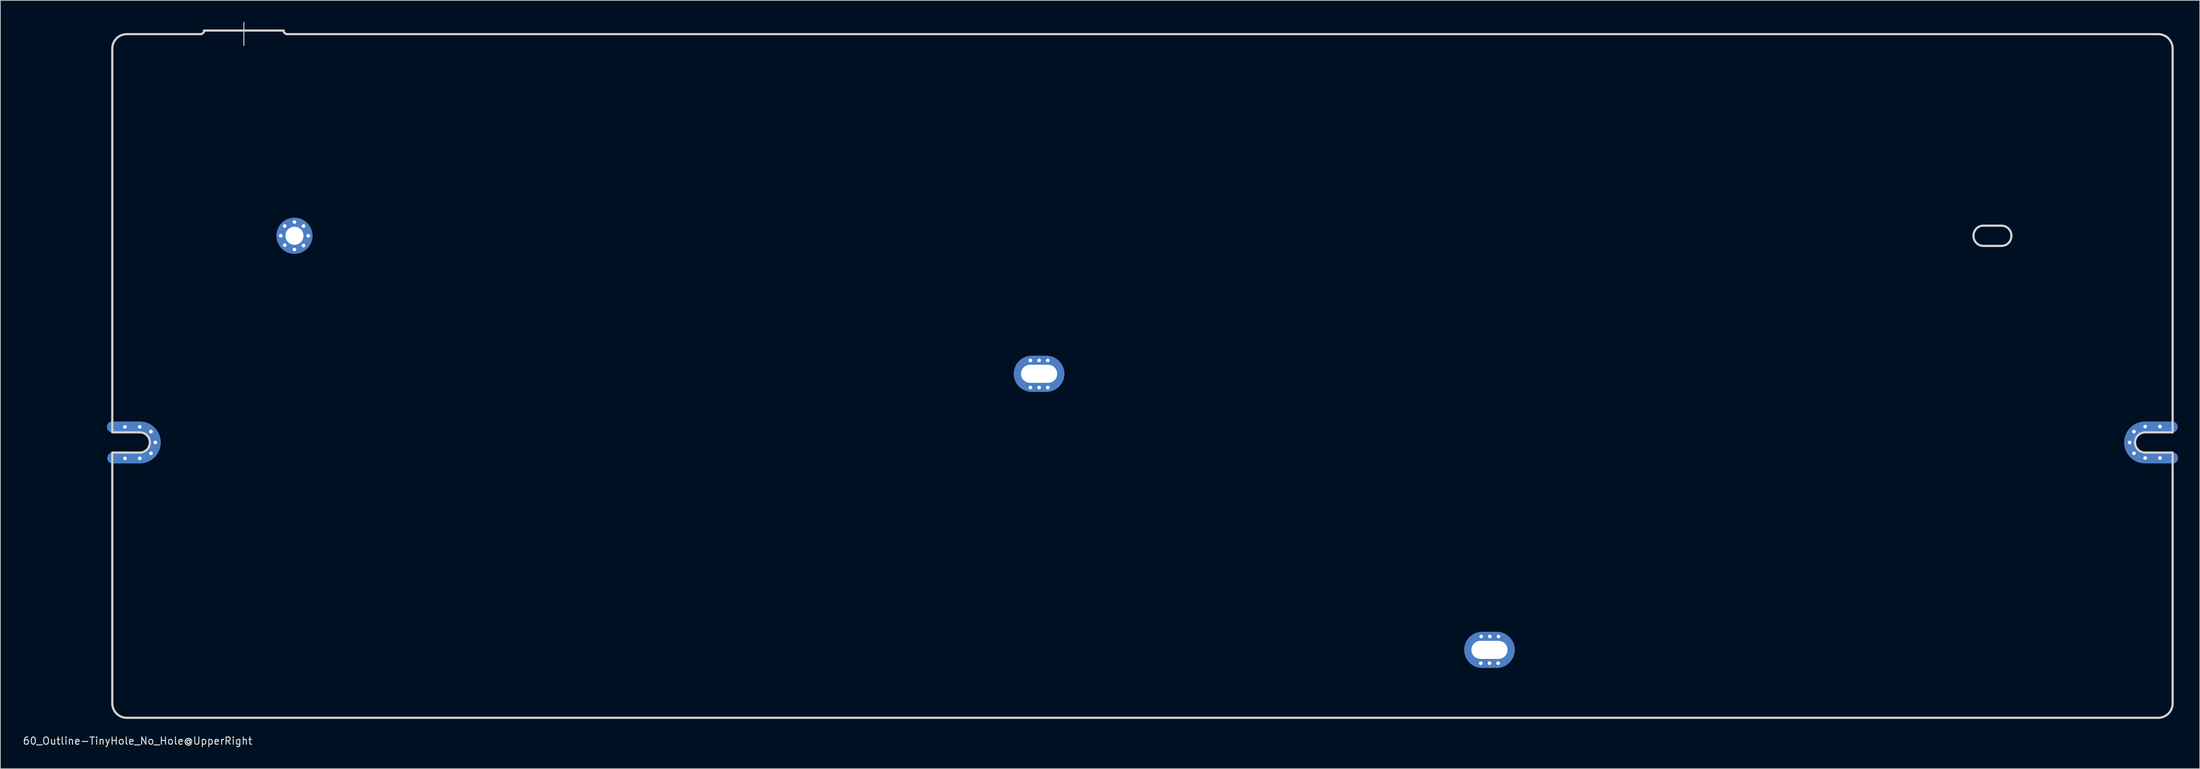
<source format=kicad_pcb>
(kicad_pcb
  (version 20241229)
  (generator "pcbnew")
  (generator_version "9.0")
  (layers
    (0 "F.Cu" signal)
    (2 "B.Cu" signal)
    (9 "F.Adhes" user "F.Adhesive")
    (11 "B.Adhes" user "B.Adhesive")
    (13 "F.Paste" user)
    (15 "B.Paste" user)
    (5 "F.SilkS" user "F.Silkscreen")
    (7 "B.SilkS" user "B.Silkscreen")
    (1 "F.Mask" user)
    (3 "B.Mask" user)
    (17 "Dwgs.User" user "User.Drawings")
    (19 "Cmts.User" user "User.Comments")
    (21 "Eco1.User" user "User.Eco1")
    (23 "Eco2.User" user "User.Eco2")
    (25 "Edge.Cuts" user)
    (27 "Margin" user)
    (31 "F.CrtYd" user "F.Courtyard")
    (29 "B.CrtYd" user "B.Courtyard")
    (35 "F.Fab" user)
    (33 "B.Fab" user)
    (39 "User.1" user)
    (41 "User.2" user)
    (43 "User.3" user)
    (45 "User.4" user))
  (footprint "60_Outline-TinyHole_No_Hole@UpperRight"
    (layer "F.Cu")
    (at 154.982 48.975)
    (property "Reference" "60_Outline-TinyHole_No_Hole@UpperRight" (at -139 50.5 0) (layer "Edge.Cuts") (effects (font (size 1 1) (thickness 0.15))))
    (attr through_hole)
    (fp_line (start -142.5 7.05) (end -138.7 7.05) (stroke (width 1.5) (type solid)) (layer "F.Cu"))
    (fp_line (start -142.45 11.35) (end -138.65 11.35) (stroke (width 1.5) (type solid)) (layer "F.Cu"))
    (fp_line (start 142.45 7.05) (end 138.65 7.05) (stroke (width 1.5) (type solid)) (layer "F.Cu"))
    (fp_line (start 142.5 11.35) (end 138.7 11.35) (stroke (width 1.5) (type solid)) (layer "F.Cu"))
    (fp_arc (start -138.7 7.05) (mid -137.17972 7.67972) (end -136.55 9.2) (stroke (width 1.5) (type solid)) (layer "F.Cu"))
    (fp_arc (start -136.55 9.2) (mid -137.17972 10.72028) (end -138.7 11.35) (stroke (width 1.5) (type solid)) (layer "F.Cu"))
    (fp_arc (start 136.55 9.2) (mid 137.17972 7.67972) (end 138.7 7.05) (stroke (width 1.5) (type solid)) (layer "F.Cu"))
    (fp_arc (start 138.7 11.35) (mid 137.17972 10.72028) (end 136.55 9.2) (stroke (width 1.5) (type solid)) (layer "F.Cu"))
    (fp_line (start -142.5 7.05) (end -138.7 7.05) (stroke (width 1.5) (type solid)) (layer "F.Mask"))
    (fp_line (start -142.45 11.35) (end -138.65 11.35) (stroke (width 1.5) (type solid)) (layer "F.Mask"))
    (fp_line (start 142.45 7.05) (end 138.65 7.05) (stroke (width 1.5) (type solid)) (layer "F.Mask"))
    (fp_line (start 142.5 11.35) (end 138.7 11.35) (stroke (width 1.5) (type solid)) (layer "F.Mask"))
    (fp_arc (start -138.7 7.05) (mid -137.17972 7.67972) (end -136.55 9.2) (stroke (width 1.5) (type solid)) (layer "F.Mask"))
    (fp_arc (start -136.55 9.2) (mid -137.17972 10.72028) (end -138.7 11.35) (stroke (width 1.5) (type solid)) (layer "F.Mask"))
    (fp_arc (start 136.55 9.2) (mid 137.17972 7.67972) (end 138.7 7.05) (stroke (width 1.5) (type solid)) (layer "F.Mask"))
    (fp_arc (start 138.7 11.35) (mid 137.17972 10.72028) (end 136.55 9.2) (stroke (width 1.5) (type solid)) (layer "F.Mask"))
    (fp_line (start -142.5 7.05) (end -138.7 7.05) (stroke (width 1.5) (type solid)) (layer "B.Cu"))
    (fp_line (start -142.45 11.35) (end -138.65 11.35) (stroke (width 1.5) (type solid)) (layer "B.Cu"))
    (fp_line (start 142.45 7.05) (end 138.65 7.05) (stroke (width 1.5) (type solid)) (layer "B.Cu"))
    (fp_line (start 142.5 11.35) (end 138.7 11.35) (stroke (width 1.5) (type solid)) (layer "B.Cu"))
    (fp_arc (start -138.7 7.05) (mid -137.17972 7.67972) (end -136.55 9.2) (stroke (width 1.5) (type solid)) (layer "B.Cu"))
    (fp_arc (start -136.55 9.2) (mid -137.17972 10.72028) (end -138.7 11.35) (stroke (width 1.5) (type solid)) (layer "B.Cu"))
    (fp_arc (start 136.55 9.2) (mid 137.17972 7.67972) (end 138.7 7.05) (stroke (width 1.5) (type solid)) (layer "B.Cu"))
    (fp_arc (start 138.7 11.35) (mid 137.17972 10.72028) (end 136.55 9.2) (stroke (width 1.5) (type solid)) (layer "B.Cu"))
    (fp_line (start -142.5 7.05) (end -138.7 7.05) (stroke (width 1.5) (type solid)) (layer "B.Mask"))
    (fp_line (start -142.45 11.35) (end -138.65 11.35) (stroke (width 1.5) (type solid)) (layer "B.Mask"))
    (fp_line (start 142.45 7.05) (end 138.65 7.05) (stroke (width 1.5) (type solid)) (layer "B.Mask"))
    (fp_line (start 142.5 11.35) (end 138.7 11.35) (stroke (width 1.5) (type solid)) (layer "B.Mask"))
    (fp_arc (start -138.7 7.05) (mid -137.17972 7.67972) (end -136.55 9.2) (stroke (width 1.5) (type solid)) (layer "B.Mask"))
    (fp_arc (start -136.55 9.2) (mid -137.17972 10.72028) (end -138.7 11.35) (stroke (width 1.5) (type solid)) (layer "B.Mask"))
    (fp_arc (start 136.55 9.2) (mid 137.17972 7.67972) (end 138.7 7.05) (stroke (width 1.5) (type solid)) (layer "B.Mask"))
    (fp_arc (start 138.7 11.35) (mid 137.17972 10.72028) (end 136.55 9.2) (stroke (width 1.5) (type solid)) (layer "B.Mask"))
    (fp_line (start -124.3 -48.9) (end -124.3 -45.75) (stroke (width 0.15) (type solid)) (layer "Dwgs.User"))
    (fp_line (start -142.5 7.8) (end -142.5 -45.3) (stroke (width 0.3) (type solid)) (layer "Edge.Cuts"))
    (fp_line (start -142.5 10.6) (end -138.7 10.6) (stroke (width 0.3) (type solid)) (layer "Edge.Cuts"))
    (fp_line (start -142.5 45.3) (end -142.5 10.6) (stroke (width 0.3) (type solid)) (layer "Edge.Cuts"))
    (fp_line (start -140.5 -47.3) (end -130.3 -47.3) (stroke (width 0.3) (type solid)) (layer "Edge.Cuts"))
    (fp_line (start -138.7 7.8) (end -142.5 7.8) (stroke (width 0.3) (type solid)) (layer "Edge.Cuts"))
    (fp_line (start -129.8 -47.8) (end -118.8 -47.8) (stroke (width 0.3) (type solid)) (layer "Edge.Cuts"))
    (fp_line (start 116.325 -20.8) (end 118.825 -20.8) (stroke (width 0.3) (type solid)) (layer "Edge.Cuts"))
    (fp_line (start 116.325 -18) (end 118.825 -18) (stroke (width 0.3) (type solid)) (layer "Edge.Cuts"))
    (fp_line (start 138.7 7.8) (end 142.5 7.8) (stroke (width 0.3) (type solid)) (layer "Edge.Cuts"))
    (fp_line (start 138.7 10.6) (end 142.5 10.6) (stroke (width 0.3) (type solid)) (layer "Edge.Cuts"))
    (fp_line (start 140.5 -47.3) (end -118.3 -47.3) (stroke (width 0.3) (type solid)) (layer "Edge.Cuts"))
    (fp_line (start 140.5 47.3) (end -140.5 47.3) (stroke (width 0.3) (type solid)) (layer "Edge.Cuts"))
    (fp_line (start 142.5 7.8) (end 142.5 -45.3) (stroke (width 0.3) (type solid)) (layer "Edge.Cuts"))
    (fp_line (start 142.5 10.6) (end 142.5 45.3) (stroke (width 0.3) (type solid)) (layer "Edge.Cuts"))
    (fp_arc (start -142.5 -45.3) (mid -141.914214 -46.714214) (end -140.5 -47.3) (stroke (width 0.3) (type solid)) (layer "Edge.Cuts"))
    (fp_arc (start -140.5 47.3) (mid -141.914214 46.714214) (end -142.5 45.3) (stroke (width 0.3) (type solid)) (layer "Edge.Cuts"))
    (fp_arc (start -138.7 7.8) (mid -137.710051 8.210051) (end -137.3 9.2) (stroke (width 0.3) (type solid)) (layer "Edge.Cuts"))
    (fp_arc (start -137.3 9.2) (mid -137.710051 10.189949) (end -138.7 10.6) (stroke (width 0.3) (type solid)) (layer "Edge.Cuts"))
    (fp_arc (start -129.8 -47.8) (mid -129.946447 -47.446447) (end -130.3 -47.3) (stroke (width 0.3) (type solid)) (layer "Edge.Cuts"))
    (fp_arc (start -118.3 -47.3) (mid -118.653553 -47.446447) (end -118.8 -47.8) (stroke (width 0.3) (type solid)) (layer "Edge.Cuts"))
    (fp_arc (start 114.955329 -19.399999) (mid 115.345715 -20.38807) (end 116.325 -20.8) (stroke (width 0.3) (type solid)) (layer "Edge.Cuts"))
    (fp_arc (start 116.325 -18.001741) (mid 115.346337 -18.41305) (end 114.955329 -19.399999) (stroke (width 0.3) (type solid)) (layer "Edge.Cuts"))
    (fp_arc (start 118.825 -20.798259) (mid 119.803663 -20.38695) (end 120.194671 -19.400001) (stroke (width 0.3) (type solid)) (layer "Edge.Cuts"))
    (fp_arc (start 120.194671 -19.400001) (mid 119.804285 -18.41193) (end 118.825 -18) (stroke (width 0.3) (type solid)) (layer "Edge.Cuts"))
    (fp_arc (start 137.3 9.2) (mid 137.710051 8.210051) (end 138.7 7.8) (stroke (width 0.3) (type solid)) (layer "Edge.Cuts"))
    (fp_arc (start 138.7 10.6) (mid 137.710051 10.189949) (end 137.3 9.2) (stroke (width 0.3) (type solid)) (layer "Edge.Cuts"))
    (fp_arc (start 140.5 -47.3) (mid 141.914214 -46.714214) (end 142.5 -45.3) (stroke (width 0.3) (type solid)) (layer "Edge.Cuts"))
    (fp_arc (start 142.5 45.3) (mid 141.914214 46.714214) (end 140.5 47.3) (stroke (width 0.3) (type solid)) (layer "Edge.Cuts"))
    (pad "1" thru_hole circle (at -140.75 7.05) (size 1 1) (drill 0.5) (layers "*.Cu" "*.Mask"))
    (pad "1" thru_hole circle (at -140.742 11.4) (size 1 1) (drill 0.5) (layers "*.Cu" "*.Mask"))
    (pad "1" thru_hole circle (at -138.7 7.05) (size 1 1) (drill 0.5) (layers "*.Cu" "*.Mask"))
    (pad "1" thru_hole circle (at -138.7 11.4) (size 1 1) (drill 0.5) (layers "*.Cu" "*.Mask"))
    (pad "1" thru_hole circle (at -137.15 7.7) (size 1 1) (drill 0.5) (layers "*.Cu" "*.Mask"))
    (pad "1" thru_hole circle (at -137.15 10.7 180) (size 1 1) (drill 0.5) (layers "*.Cu" "*.Mask"))
    (pad "1" thru_hole circle (at -136.55 9.2) (size 1 1) (drill 0.5) (layers "*.Cu" "*.Mask"))
    (pad "1" thru_hole circle (at -119.2 -19.4) (size 1 1) (drill 0.5) (layers "*.Cu" "*.Mask"))
    (pad "1" thru_hole circle (at -118.65 -20.75) (size 1 1) (drill 0.5) (layers "*.Cu" "*.Mask"))
    (pad "1" thru_hole circle (at -118.65 -18.1) (size 1 1) (drill 0.5) (layers "*.Cu" "*.Mask"))
    (pad "1" thru_hole circle (at -117.3 -21.3) (size 1 1) (drill 0.5) (layers "*.Cu" "*.Mask"))
    (pad "1" thru_hole circle (at -117.3 -19.4) (size 5 5) (drill 2.499) (layers "*.Cu" "*.Mask"))
    (pad "1" thru_hole circle (at -117.3 -17.5) (size 1 1) (drill 0.5) (layers "*.Cu" "*.Mask"))
    (pad "1" thru_hole circle (at -116.05 -20.75) (size 1 1) (drill 0.5) (layers "*.Cu" "*.Mask"))
    (pad "1" thru_hole circle (at -116.05 -18.05) (size 1 1) (drill 0.5) (layers "*.Cu" "*.Mask"))
    (pad "1" thru_hole circle (at -115.4 -19.4) (size 1 1) (drill 0.5) (layers "*.Cu" "*.Mask"))
    (pad "1" thru_hole circle (at -15.5 -2.15) (size 1 1) (drill 0.5) (layers "*.Cu" "*.Mask"))
    (pad "1" thru_hole circle (at -15.5 1.6) (size 1 1) (drill 0.5) (layers "*.Cu" "*.Mask"))
    (pad "1" thru_hole circle (at -14.3 -2.15) (size 1 1) (drill 0.5) (layers "*.Cu" "*.Mask"))
    (pad "1" thru_hole oval (at -14.3 -0.3) (size 7 5) (drill oval 5.001 2.499) (layers "*.Cu" "*.Mask"))
    (pad "1" thru_hole circle (at -14.3 1.6) (size 1 1) (drill 0.5) (layers "*.Cu" "*.Mask"))
    (pad "1" thru_hole circle (at -13.1 -2.15) (size 1 1) (drill 0.5) (layers "*.Cu" "*.Mask"))
    (pad "1" thru_hole circle (at -13.1 1.6) (size 1 1) (drill 0.5) (layers "*.Cu" "*.Mask"))
    (pad "1" thru_hole circle (at 46.8 39.75) (size 1 1) (drill 0.5) (layers "*.Cu" "*.Mask"))
    (pad "1" thru_hole circle (at 46.85 36.05) (size 1 1) (drill 0.5) (layers "*.Cu" "*.Mask"))
    (pad "1" thru_hole oval (at 48 37.9) (size 7 5) (drill oval 5.001 2.499) (layers "*.Cu" "*.Mask"))
    (pad "1" thru_hole circle (at 48 39.75) (size 1 1) (drill 0.5) (layers "*.Cu" "*.Mask"))
    (pad "1" thru_hole circle (at 48.05 36.05) (size 1 1) (drill 0.5) (layers "*.Cu" "*.Mask"))
    (pad "1" thru_hole circle (at 49.2 39.75) (size 1 1) (drill 0.5) (layers "*.Cu" "*.Mask"))
    (pad "1" thru_hole circle (at 49.25 36.05) (size 1 1) (drill 0.5) (layers "*.Cu" "*.Mask"))
    (pad "1" thru_hole circle (at 136.55 9.2 180) (size 1 1) (drill 0.5) (layers "*.Cu" "*.Mask"))
    (pad "1" thru_hole circle (at 137.15 7.7) (size 1 1) (drill 0.5) (layers "*.Cu" "*.Mask"))
    (pad "1" thru_hole circle (at 137.15 10.7 180) (size 1 1) (drill 0.5) (layers "*.Cu" "*.Mask"))
    (pad "1" thru_hole circle (at 138.7 7 180) (size 1 1) (drill 0.5) (layers "*.Cu" "*.Mask"))
    (pad "1" thru_hole circle (at 138.7 11.35 180) (size 1 1) (drill 0.5) (layers "*.Cu" "*.Mask"))
    (pad "1" thru_hole circle (at 140.742 7 180) (size 1 1) (drill 0.5) (layers "*.Cu" "*.Mask"))
    (pad "1" thru_hole circle (at 140.75 11.35 180) (size 1 1) (drill 0.5) (layers "*.Cu" "*.Mask")))
  (gr_rect
    (start -3 -3)
    (end 301.232 103.323)
    (stroke (width 0.1) (type default))
    (fill no)
    (layer "Edge.Cuts")))
</source>
